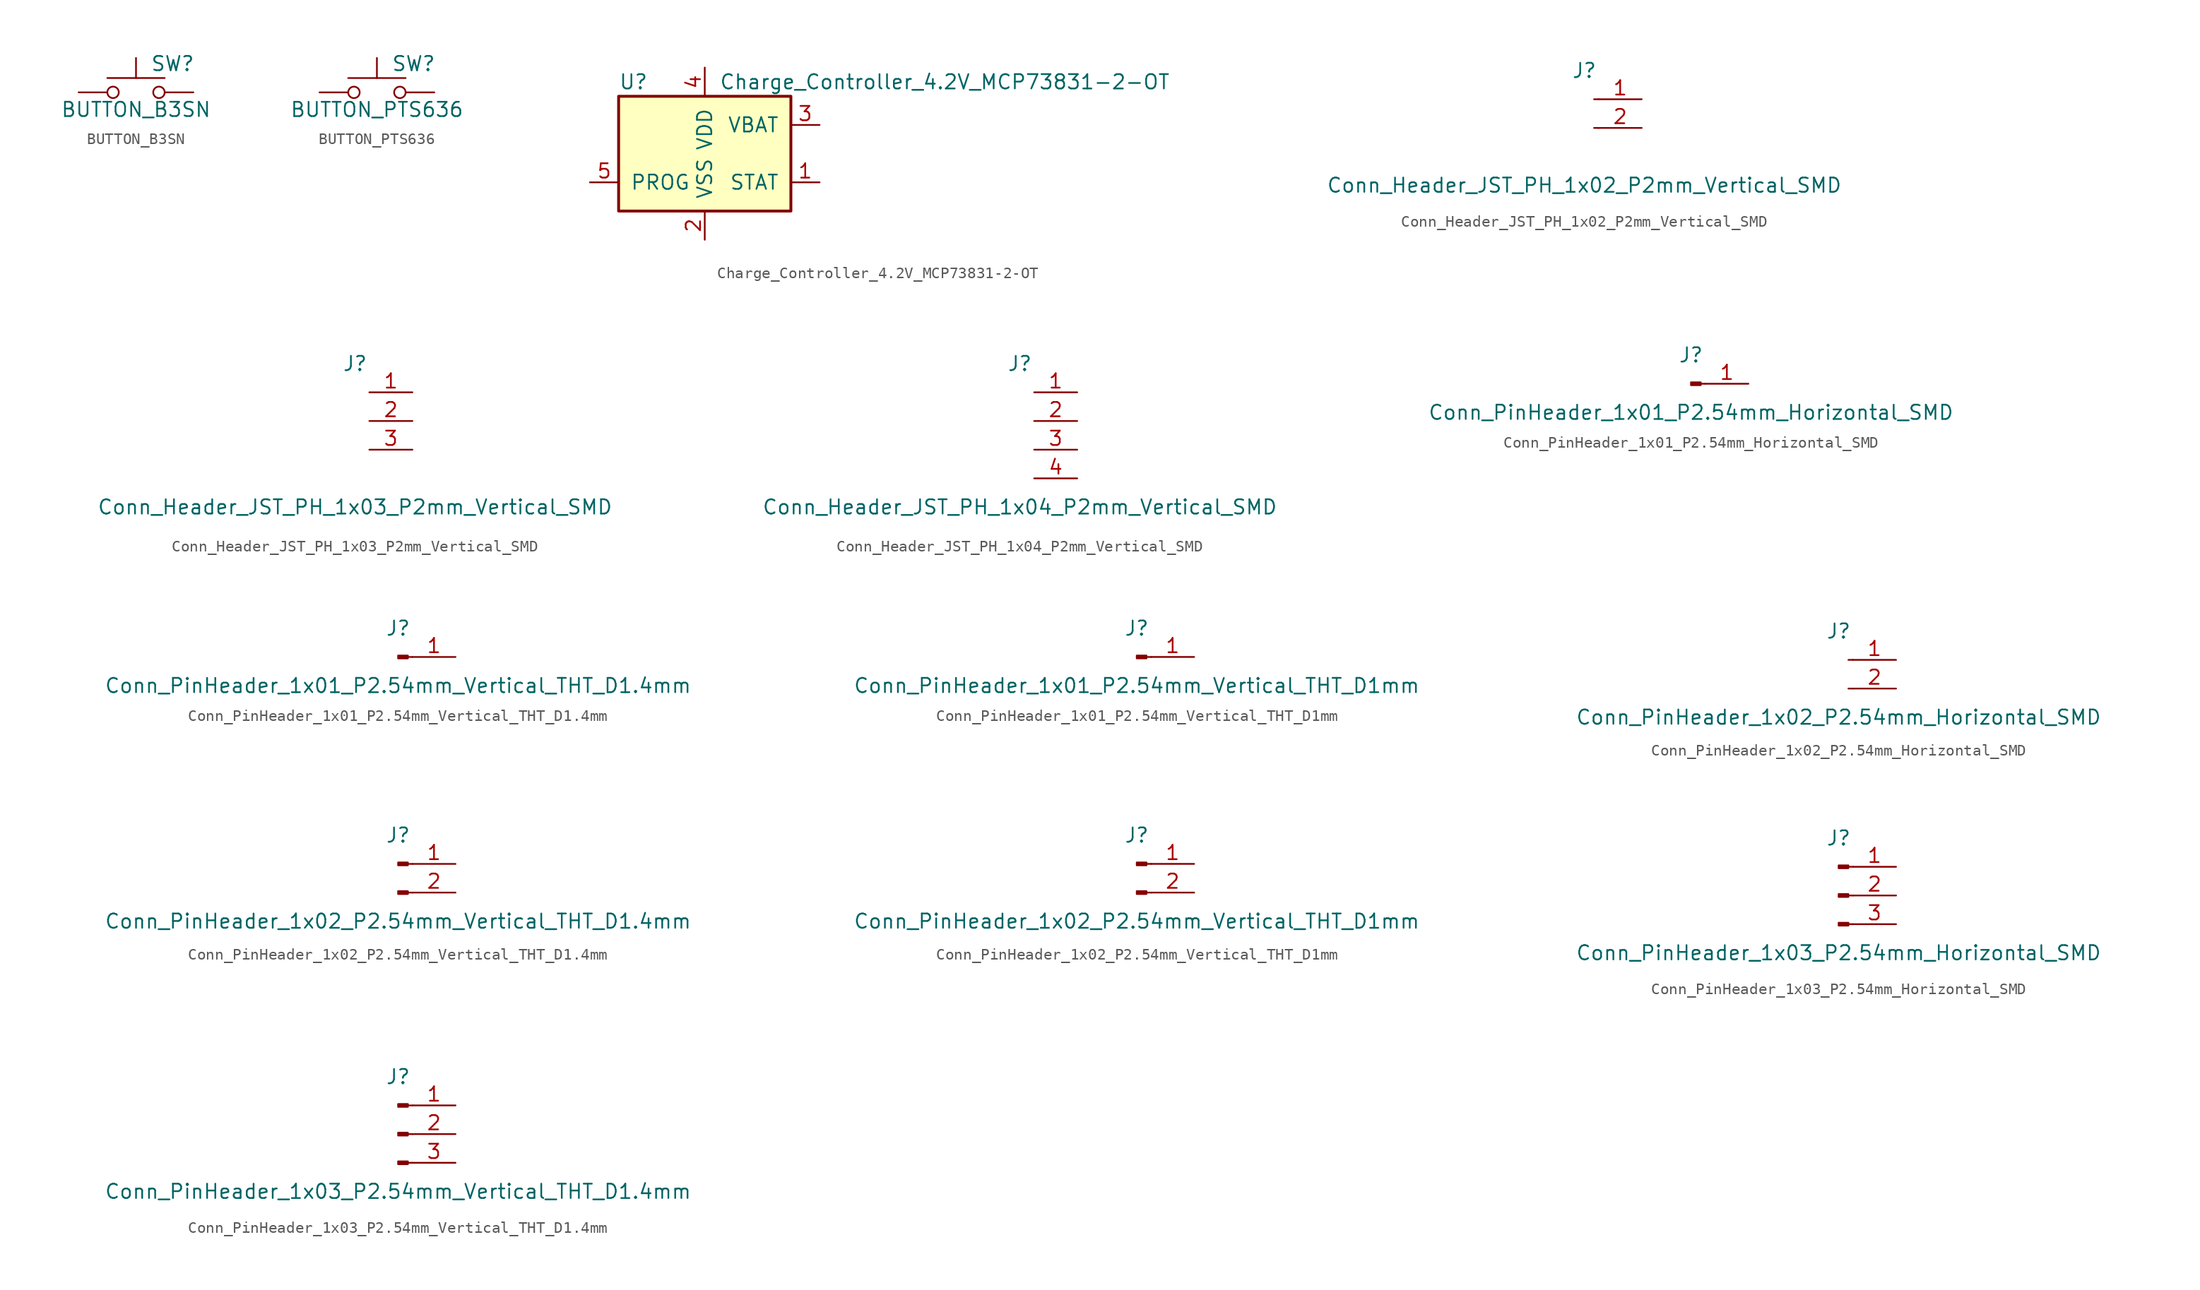
<source format=kicad_sym>
(kicad_symbol_lib
  (version 20220914)
  (generator kicad_symbol_editor)
  (symbol "BUTTON_B3SN"
    (pin_numbers hide)
    (pin_names
      (offset 1.016) hide)
    (property "Reference" "SW"
      (at 1.27 2.54 0)
      (effects (font (size 1.27 1.27)) (justify left)))
    (property "Value" "BUTTON_B3SN"
      (at 0 -1.524 0)
      (effects (font (size 1.27 1.27))))
    (symbol "BUTTON_B3SN_0_1"
      (circle (center -2.032 0) (radius 0.508) (stroke (width 0) (type solid)) (fill (type none)))
      (polyline (pts (xy 0 1.27) (xy 0 3.048)) (stroke (width 0) (type solid)) (fill (type none)))
      (polyline (pts (xy 2.54 1.27) (xy -2.54 1.27)) (stroke (width 0) (type solid)) (fill (type none)))
      (circle (center 2.032 0) (radius 0.508) (stroke (width 0) (type solid)) (fill (type none)))
      (pin passive line (at -5.08 0 0) (length 2.54) (name "1" (effects (font (size 1.27 1.27)))) (number "1" (effects (font (size 1.27 1.27)))))
      (pin passive line (at 5.08 0 180) (length 2.54) (name "2" (effects (font (size 1.27 1.27)))) (number "2" (effects (font (size 1.27 1.27)))))))
  (symbol "BUTTON_PTS636"
    (pin_numbers hide)
    (pin_names
      (offset 1.016) hide)
    (property "Reference" "SW"
      (at 1.27 2.54 0)
      (effects (font (size 1.27 1.27)) (justify left)))
    (property "Value" "BUTTON_PTS636"
      (at 0 -1.524 0)
      (effects (font (size 1.27 1.27))))
    (symbol "BUTTON_PTS636_0_1"
      (circle (center -2.032 0) (radius 0.508) (stroke (width 0) (type solid)) (fill (type none)))
      (polyline (pts (xy 0 1.27) (xy 0 3.048)) (stroke (width 0) (type solid)) (fill (type none)))
      (polyline (pts (xy 2.54 1.27) (xy -2.54 1.27)) (stroke (width 0) (type solid)) (fill (type none)))
      (circle (center 2.032 0) (radius 0.508) (stroke (width 0) (type solid)) (fill (type none)))
      (pin passive line (at -5.08 0 0) (length 2.54) (name "1" (effects (font (size 1.27 1.27)))) (number "1" (effects (font (size 1.27 1.27)))))
      (pin passive line (at 5.08 0 180) (length 2.54) (name "2" (effects (font (size 1.27 1.27)))) (number "2" (effects (font (size 1.27 1.27)))))))
  (symbol "Charge_Controller_4.2V_MCP73831-2-OT"
    (pin_names
      (offset 1.016))
    (property "Reference" "U"
      (at -7.62 6.35 0)
      (effects (font (size 1.27 1.27)) (justify left)))
    (property "Value" "Charge_Controller_4.2V_MCP73831-2-OT"
      (at 1.27 6.35 0)
      (effects (font (size 1.27 1.27)) (justify left)))
    (symbol "Charge_Controller_4.2V_MCP73831-2-OT_0_1"
      (rectangle (start -7.62 5.08) (end 7.62 -5.08) (stroke (width 0.254) (type solid)) (fill (type background))))
    (symbol "Charge_Controller_4.2V_MCP73831-2-OT_1_1"
      (pin output line (at 10.16 -2.54 180) (length 2.54) (name "STAT" (effects (font (size 1.27 1.27)))) (number "1" (effects (font (size 1.27 1.27)))))
      (pin power_in line (at 0 -7.62 90) (length 2.54) (name "VSS" (effects (font (size 1.27 1.27)))) (number "2" (effects (font (size 1.27 1.27)))))
      (pin power_out line (at 10.16 2.54 180) (length 2.54) (name "VBAT" (effects (font (size 1.27 1.27)))) (number "3" (effects (font (size 1.27 1.27)))))
      (pin power_in line (at 0 7.62 270) (length 2.54) (name "VDD" (effects (font (size 1.27 1.27)))) (number "4" (effects (font (size 1.27 1.27)))))
      (pin input line (at -10.16 -2.54 0) (length 2.54) (name "PROG" (effects (font (size 1.27 1.27)))) (number "5" (effects (font (size 1.27 1.27)))))))
  (symbol "Conn_Header_JST_PH_1x02_P2mm_Vertical_SMD"
    (pin_names
      (offset 1.016))
    (property "Reference" "J"
      (at 0 2.54 0)
      (effects (font (size 1.27 1.27))))
    (property "Value" "Conn_Header_JST_PH_1x02_P2mm_Vertical_SMD"
      (at 0 -7.62 0)
      (effects (font (size 1.27 1.27))))
    (symbol "Conn_Header_JST_PH_1x02_P2mm_Vertical_SMD_1_1"
      (polyline (pts (xy 1.27 -2.54) (xy 0.864 -2.54)) (stroke (width 0.152) (type solid)) (fill (type none)))
      (polyline (pts (xy 1.27 0) (xy 0.864 0)) (stroke (width 0.152) (type solid)) (fill (type none)))
      (pin passive line (at 5.08 0 180) (length 3.81) (name "~" (effects (font (size 1.27 1.27)))) (number "1" (effects (font (size 1.27 1.27)))))
      (pin passive line (at 5.08 -2.54 180) (length 3.81) (name "~" (effects (font (size 1.27 1.27)))) (number "2" (effects (font (size 1.27 1.27)))))))
  (symbol "Conn_Header_JST_PH_1x03_P2mm_Vertical_SMD"
    (pin_names
      (offset 1.016))
    (property "Reference" "J"
      (at 0 2.54 0)
      (effects (font (size 1.27 1.27))))
    (property "Value" "Conn_Header_JST_PH_1x03_P2mm_Vertical_SMD"
      (at 0 -10.16 0)
      (effects (font (size 1.27 1.27))))
    (symbol "Conn_Header_JST_PH_1x03_P2mm_Vertical_SMD_1_1"
      (pin passive line (at 5.08 0 180) (length 3.81) (name "~" (effects (font (size 1.27 1.27)))) (number "1" (effects (font (size 1.27 1.27)))))
      (pin passive line (at 5.08 -2.54 180) (length 3.81) (name "~" (effects (font (size 1.27 1.27)))) (number "2" (effects (font (size 1.27 1.27)))))
      (pin passive line (at 5.08 -5.08 180) (length 3.81) (name "~" (effects (font (size 1.27 1.27)))) (number "3" (effects (font (size 1.27 1.27)))))))
  (symbol "Conn_Header_JST_PH_1x04_P2mm_Vertical_SMD"
    (pin_names
      (offset 1.016))
    (property "Reference" "J"
      (at 0 2.54 0)
      (effects (font (size 1.27 1.27))))
    (property "Value" "Conn_Header_JST_PH_1x04_P2mm_Vertical_SMD"
      (at 0 -10.16 0)
      (effects (font (size 1.27 1.27))))
    (symbol "Conn_Header_JST_PH_1x04_P2mm_Vertical_SMD_1_1"
      (pin passive line (at 5.08 0 180) (length 3.81) (name "~" (effects (font (size 1.27 1.27)))) (number "1" (effects (font (size 1.27 1.27)))))
      (pin passive line (at 5.08 -2.54 180) (length 3.81) (name "~" (effects (font (size 1.27 1.27)))) (number "2" (effects (font (size 1.27 1.27)))))
      (pin passive line (at 5.08 -5.08 180) (length 3.81) (name "~" (effects (font (size 1.27 1.27)))) (number "3" (effects (font (size 1.27 1.27)))))
      (pin passive line (at 5.08 -7.62 180) (length 3.81) (name "~" (effects (font (size 1.27 1.27)))) (number "4" (effects (font (size 1.27 1.27)))))))
  (symbol "Conn_PinHeader_1x01_P2.54mm_Horizontal_SMD"
    (pin_names
      (offset 1.016) hide)
    (property "Reference" "J"
      (at 0 2.54 0)
      (effects (font (size 1.27 1.27))))
    (property "Value" "Conn_PinHeader_1x01_P2.54mm_Horizontal_SMD"
      (at 0 -2.54 0)
      (effects (font (size 1.27 1.27))))
    (symbol "Conn_PinHeader_1x01_P2.54mm_Horizontal_SMD_1_1"
      (polyline (pts (xy 1.27 0) (xy 0.864 0)) (stroke (width 0.152) (type solid)) (fill (type none)))
      (rectangle (start 0.864 0.127) (end 0 -0.127) (stroke (width 0.152) (type solid)) (fill (type outline)))
      (pin passive line (at 5.08 0 180) (length 3.81) (name "Pin_1" (effects (font (size 1.27 1.27)))) (number "1" (effects (font (size 1.27 1.27)))))))
  (symbol "Conn_PinHeader_1x01_P2.54mm_Vertical_THT_D1.4mm"
    (pin_names
      (offset 1.016) hide)
    (property "Reference" "J"
      (at 0 2.54 0)
      (effects (font (size 1.27 1.27))))
    (property "Value" "Conn_PinHeader_1x01_P2.54mm_Vertical_THT_D1.4mm"
      (at 0 -2.54 0)
      (effects (font (size 1.27 1.27))))
    (symbol "Conn_PinHeader_1x01_P2.54mm_Vertical_THT_D1.4mm_1_1"
      (polyline (pts (xy 1.27 0) (xy 0.864 0)) (stroke (width 0.152) (type solid)) (fill (type none)))
      (rectangle (start 0.864 0.127) (end 0 -0.127) (stroke (width 0.152) (type solid)) (fill (type outline)))
      (pin passive line (at 5.08 0 180) (length 3.81) (name "Pin_1" (effects (font (size 1.27 1.27)))) (number "1" (effects (font (size 1.27 1.27)))))))
  (symbol "Conn_PinHeader_1x01_P2.54mm_Vertical_THT_D1mm"
    (pin_names
      (offset 1.016) hide)
    (property "Reference" "J"
      (at 0 2.54 0)
      (effects (font (size 1.27 1.27))))
    (property "Value" "Conn_PinHeader_1x01_P2.54mm_Vertical_THT_D1mm"
      (at 0 -2.54 0)
      (effects (font (size 1.27 1.27))))
    (symbol "Conn_PinHeader_1x01_P2.54mm_Vertical_THT_D1mm_1_1"
      (polyline (pts (xy 1.27 0) (xy 0.864 0)) (stroke (width 0.152) (type solid)) (fill (type none)))
      (rectangle (start 0.864 0.127) (end 0 -0.127) (stroke (width 0.152) (type solid)) (fill (type outline)))
      (pin passive line (at 5.08 0 180) (length 3.81) (name "Pin_1" (effects (font (size 1.27 1.27)))) (number "1" (effects (font (size 1.27 1.27)))))))
  (symbol "Conn_PinHeader_1x02_P2.54mm_Horizontal_SMD"
    (pin_names
      (offset 1.016))
    (property "Reference" "J"
      (at 0 2.54 0)
      (effects (font (size 1.27 1.27))))
    (property "Value" "Conn_PinHeader_1x02_P2.54mm_Horizontal_SMD"
      (at 0 -5.08 0)
      (effects (font (size 1.27 1.27))))
    (symbol "Conn_PinHeader_1x02_P2.54mm_Horizontal_SMD_1_1"
      (polyline (pts (xy 1.27 -2.54) (xy 0.864 -2.54)) (stroke (width 0.152) (type solid)) (fill (type none)))
      (polyline (pts (xy 1.27 0) (xy 0.864 0)) (stroke (width 0.152) (type solid)) (fill (type none)))
      (pin passive line (at 5.08 0 180) (length 3.81) (name "~" (effects (font (size 1.27 1.27)))) (number "1" (effects (font (size 1.27 1.27)))))
      (pin passive line (at 5.08 -2.54 180) (length 3.81) (name "~" (effects (font (size 1.27 1.27)))) (number "2" (effects (font (size 1.27 1.27)))))))
  (symbol "Conn_PinHeader_1x02_P2.54mm_Vertical_THT_D1.4mm"
    (pin_names
      (offset 1.016) hide)
    (property "Reference" "J"
      (at 0 2.54 0)
      (effects (font (size 1.27 1.27))))
    (property "Value" "Conn_PinHeader_1x02_P2.54mm_Vertical_THT_D1.4mm"
      (at 0 -5.08 0)
      (effects (font (size 1.27 1.27))))
    (symbol "Conn_PinHeader_1x02_P2.54mm_Vertical_THT_D1.4mm_1_1"
      (polyline (pts (xy 1.27 -2.54) (xy 0.864 -2.54)) (stroke (width 0.152) (type solid)) (fill (type none)))
      (polyline (pts (xy 1.27 0) (xy 0.864 0)) (stroke (width 0.152) (type solid)) (fill (type none)))
      (rectangle (start 0.864 -2.413) (end 0 -2.667) (stroke (width 0.152) (type solid)) (fill (type outline)))
      (rectangle (start 0.864 0.127) (end 0 -0.127) (stroke (width 0.152) (type solid)) (fill (type outline)))
      (pin passive line (at 5.08 0 180) (length 3.81) (name "Pin_1" (effects (font (size 1.27 1.27)))) (number "1" (effects (font (size 1.27 1.27)))))
      (pin passive line (at 5.08 -2.54 180) (length 3.81) (name "Pin_2" (effects (font (size 1.27 1.27)))) (number "2" (effects (font (size 1.27 1.27)))))))
  (symbol "Conn_PinHeader_1x02_P2.54mm_Vertical_THT_D1mm"
    (pin_names
      (offset 1.016) hide)
    (property "Reference" "J"
      (at 0 2.54 0)
      (effects (font (size 1.27 1.27))))
    (property "Value" "Conn_PinHeader_1x02_P2.54mm_Vertical_THT_D1mm"
      (at 0 -5.08 0)
      (effects (font (size 1.27 1.27))))
    (symbol "Conn_PinHeader_1x02_P2.54mm_Vertical_THT_D1mm_1_1"
      (polyline (pts (xy 1.27 -2.54) (xy 0.864 -2.54)) (stroke (width 0.152) (type solid)) (fill (type none)))
      (polyline (pts (xy 1.27 0) (xy 0.864 0)) (stroke (width 0.152) (type solid)) (fill (type none)))
      (rectangle (start 0.864 -2.413) (end 0 -2.667) (stroke (width 0.152) (type solid)) (fill (type outline)))
      (rectangle (start 0.864 0.127) (end 0 -0.127) (stroke (width 0.152) (type solid)) (fill (type outline)))
      (pin passive line (at 5.08 0 180) (length 3.81) (name "Pin_1" (effects (font (size 1.27 1.27)))) (number "1" (effects (font (size 1.27 1.27)))))
      (pin passive line (at 5.08 -2.54 180) (length 3.81) (name "Pin_2" (effects (font (size 1.27 1.27)))) (number "2" (effects (font (size 1.27 1.27)))))))
  (symbol "Conn_PinHeader_1x03_P2.54mm_Horizontal_SMD"
    (pin_names
      (offset 1.016) hide)
    (property "Reference" "J"
      (at 0 5.08 0)
      (effects (font (size 1.27 1.27))))
    (property "Value" "Conn_PinHeader_1x03_P2.54mm_Horizontal_SMD"
      (at 0 -5.08 0)
      (effects (font (size 1.27 1.27))))
    (symbol "Conn_PinHeader_1x03_P2.54mm_Horizontal_SMD_1_1"
      (polyline (pts (xy 1.27 -2.54) (xy 0.864 -2.54)) (stroke (width 0.152) (type solid)) (fill (type none)))
      (polyline (pts (xy 1.27 0) (xy 0.864 0)) (stroke (width 0.152) (type solid)) (fill (type none)))
      (polyline (pts (xy 1.27 2.54) (xy 0.864 2.54)) (stroke (width 0.152) (type solid)) (fill (type none)))
      (rectangle (start 0.864 -2.413) (end 0 -2.667) (stroke (width 0.152) (type solid)) (fill (type outline)))
      (rectangle (start 0.864 0.127) (end 0 -0.127) (stroke (width 0.152) (type solid)) (fill (type outline)))
      (rectangle (start 0.864 2.667) (end 0 2.413) (stroke (width 0.152) (type solid)) (fill (type outline)))
      (pin passive line (at 5.08 2.54 180) (length 3.81) (name "Pin_1" (effects (font (size 1.27 1.27)))) (number "1" (effects (font (size 1.27 1.27)))))
      (pin passive line (at 5.08 0 180) (length 3.81) (name "Pin_2" (effects (font (size 1.27 1.27)))) (number "2" (effects (font (size 1.27 1.27)))))
      (pin passive line (at 5.08 -2.54 180) (length 3.81) (name "Pin_3" (effects (font (size 1.27 1.27)))) (number "3" (effects (font (size 1.27 1.27)))))))
  (symbol "Conn_PinHeader_1x03_P2.54mm_Vertical_THT_D1.4mm"
    (pin_names
      (offset 1.016) hide)
    (property "Reference" "J"
      (at 0 5.08 0)
      (effects (font (size 1.27 1.27))))
    (property "Value" "Conn_PinHeader_1x03_P2.54mm_Vertical_THT_D1.4mm"
      (at 0 -5.08 0)
      (effects (font (size 1.27 1.27))))
    (symbol "Conn_PinHeader_1x03_P2.54mm_Vertical_THT_D1.4mm_1_1"
      (polyline (pts (xy 1.27 -2.54) (xy 0.864 -2.54)) (stroke (width 0.152) (type solid)) (fill (type none)))
      (polyline (pts (xy 1.27 0) (xy 0.864 0)) (stroke (width 0.152) (type solid)) (fill (type none)))
      (polyline (pts (xy 1.27 2.54) (xy 0.864 2.54)) (stroke (width 0.152) (type solid)) (fill (type none)))
      (rectangle (start 0.864 -2.413) (end 0 -2.667) (stroke (width 0.152) (type solid)) (fill (type outline)))
      (rectangle (start 0.864 0.127) (end 0 -0.127) (stroke (width 0.152) (type solid)) (fill (type outline)))
      (rectangle (start 0.864 2.667) (end 0 2.413) (stroke (width 0.152) (type solid)) (fill (type outline)))
      (pin passive line (at 5.08 2.54 180) (length 3.81) (name "Pin_1" (effects (font (size 1.27 1.27)))) (number "1" (effects (font (size 1.27 1.27)))))
      (pin passive line (at 5.08 0 180) (length 3.81) (name "Pin_2" (effects (font (size 1.27 1.27)))) (number "2" (effects (font (size 1.27 1.27)))))
      (pin passive line (at 5.08 -2.54 180) (length 3.81) (name "Pin_3" (effects (font (size 1.27 1.27)))) (number "3" (effects (font (size 1.27 1.27))))))))
</source>
